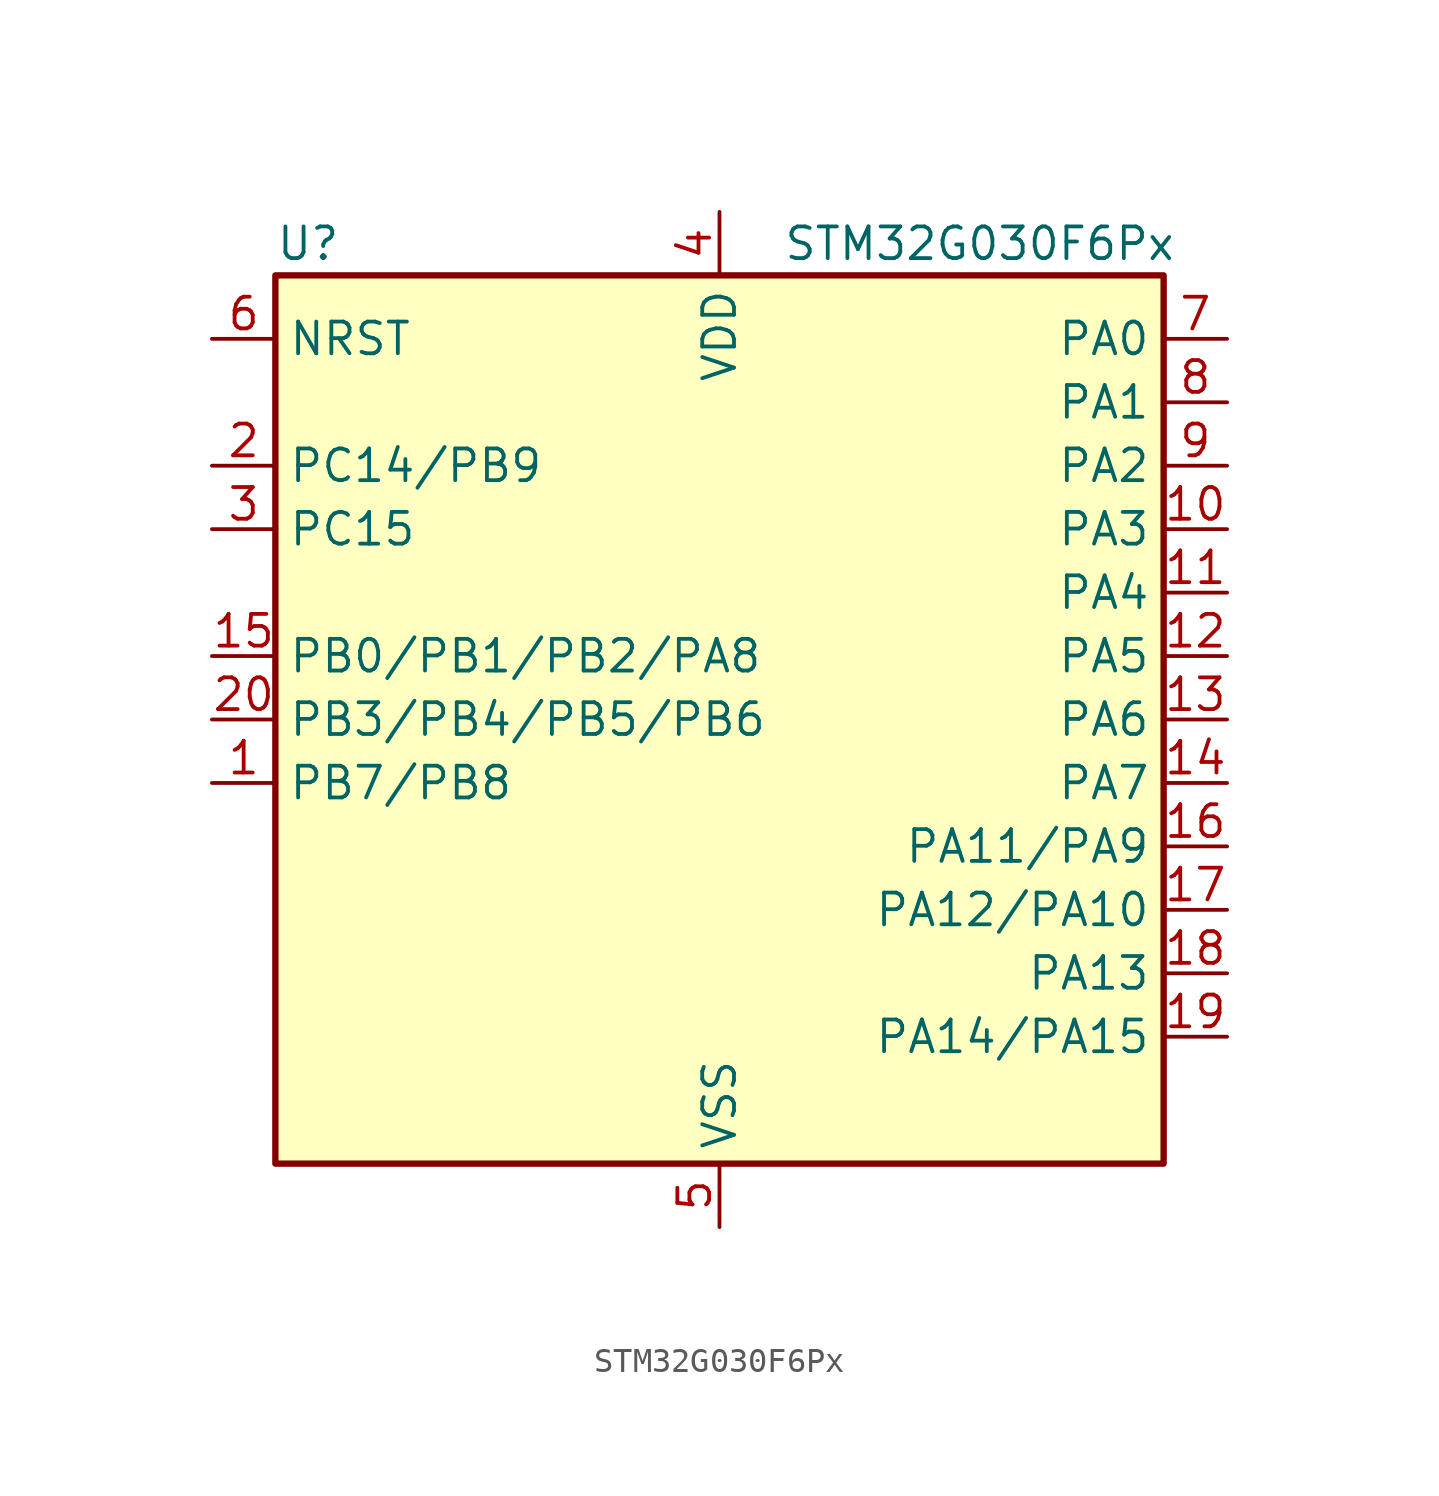
<source format=kicad_sym>
(kicad_symbol_lib
  (version 20220914)
  (generator kicad_symbol_editor)
  (symbol "STM32G030F6Px"
    (property "Reference" "U"
      (at -17.78 19.05 0)
      (effects (font (size 1.27 1.27)) (justify left)))
    (property "Value" "STM32G030F6Px"
      (at 2.54 19.05 0)
      (effects (font (size 1.27 1.27)) (justify left)))
    (property "ki_locked" ""
      (at 0 0 0)
      (effects (font (size 1.27 1.27))))
    (symbol "STM32G030F6Px_0_1"
      (rectangle (start -17.78 -17.78) (end 17.78 17.78) (stroke (width 0.254) (type default)) (fill (type background))))
    (symbol "STM32G030F6Px_1_1"
      (pin bidirectional line (at -20.32 -2.54 0) (length 2.54) (name "PB7/PB8" (effects (font (size 1.27 1.27)))) (number "1" (effects (font (size 1.27 1.27)))) (alternate "ADC1_IN11" bidirectional line) (alternate "I2C1_SDA" bidirectional line) (alternate "SPI2_MOSI" bidirectional line) (alternate "SYS_PVD_IN" bidirectional line) (alternate "TIM17_CH1N" bidirectional line) (alternate "USART1_RX" bidirectional line))
      (pin bidirectional line (at 20.32 7.62 180) (length 2.54) (name "PA3" (effects (font (size 1.27 1.27)))) (number "10" (effects (font (size 1.27 1.27)))) (alternate "ADC1_IN3" bidirectional line) (alternate "SPI2_MISO" bidirectional line) (alternate "USART2_RX" bidirectional line))
      (pin bidirectional line (at 20.32 5.08 180) (length 2.54) (name "PA4" (effects (font (size 1.27 1.27)))) (number "11" (effects (font (size 1.27 1.27)))) (alternate "ADC1_IN4" bidirectional line) (alternate "I2S1_WS" bidirectional line) (alternate "RTC_OUT_ALARM" bidirectional line) (alternate "RTC_OUT_CALIB" bidirectional line) (alternate "RTC_TAMP_IN1" bidirectional line) (alternate "RTC_TS" bidirectional line) (alternate "SPI1_NSS" bidirectional line) (alternate "SPI2_MOSI" bidirectional line) (alternate "SYS_WKUP2" bidirectional line) (alternate "TIM14_CH1" bidirectional line))
      (pin bidirectional line (at 20.32 2.54 180) (length 2.54) (name "PA5" (effects (font (size 1.27 1.27)))) (number "12" (effects (font (size 1.27 1.27)))) (alternate "ADC1_IN5" bidirectional line) (alternate "I2S1_CK" bidirectional line) (alternate "SPI1_SCK" bidirectional line))
      (pin bidirectional line (at 20.32 0 180) (length 2.54) (name "PA6" (effects (font (size 1.27 1.27)))) (number "13" (effects (font (size 1.27 1.27)))) (alternate "ADC1_IN6" bidirectional line) (alternate "I2S1_MCK" bidirectional line) (alternate "SPI1_MISO" bidirectional line) (alternate "TIM16_CH1" bidirectional line) (alternate "TIM1_BK" bidirectional line) (alternate "TIM3_CH1" bidirectional line))
      (pin bidirectional line (at 20.32 -2.54 180) (length 2.54) (name "PA7" (effects (font (size 1.27 1.27)))) (number "14" (effects (font (size 1.27 1.27)))) (alternate "ADC1_IN7" bidirectional line) (alternate "I2S1_SD" bidirectional line) (alternate "SPI1_MOSI" bidirectional line) (alternate "TIM14_CH1" bidirectional line) (alternate "TIM17_CH1" bidirectional line) (alternate "TIM1_CH1N" bidirectional line) (alternate "TIM3_CH2" bidirectional line))
      (pin bidirectional line (at -20.32 2.54 0) (length 2.54) (name "PB0/PB1/PB2/PA8" (effects (font (size 1.27 1.27)))) (number "15" (effects (font (size 1.27 1.27)))) (alternate "ADC1_IN8" bidirectional line) (alternate "I2S1_WS" bidirectional line) (alternate "SPI1_NSS" bidirectional line) (alternate "TIM1_CH2N" bidirectional line) (alternate "TIM3_CH3" bidirectional line))
      (pin bidirectional line (at 20.32 -5.08 180) (length 2.54) (name "PA11/PA9" (effects (font (size 1.27 1.27)))) (number "16" (effects (font (size 1.27 1.27)))) (alternate "ADC1_EXTI11" bidirectional line) (alternate "ADC1_IN15" bidirectional line) (alternate "I2C2_SCL" bidirectional line) (alternate "I2S1_MCK" bidirectional line) (alternate "SPI1_MISO" bidirectional line) (alternate "TIM1_BK2" bidirectional line) (alternate "TIM1_CH4" bidirectional line) (alternate "USART1_CTS" bidirectional line) (alternate "USART1_NSS" bidirectional line))
      (pin bidirectional line (at 20.32 -7.62 180) (length 2.54) (name "PA12/PA10" (effects (font (size 1.27 1.27)))) (number "17" (effects (font (size 1.27 1.27)))) (alternate "ADC1_IN16" bidirectional line) (alternate "I2C2_SDA" bidirectional line) (alternate "I2S1_SD" bidirectional line) (alternate "I2S_CKIN" bidirectional line) (alternate "SPI1_MOSI" bidirectional line) (alternate "TIM1_ETR" bidirectional line) (alternate "USART1_CK" bidirectional line) (alternate "USART1_DE" bidirectional line) (alternate "USART1_RTS" bidirectional line))
      (pin bidirectional line (at 20.32 -10.16 180) (length 2.54) (name "PA13" (effects (font (size 1.27 1.27)))) (number "18" (effects (font (size 1.27 1.27)))) (alternate "ADC1_IN17" bidirectional line) (alternate "IR_OUT" bidirectional line) (alternate "SYS_SWDIO" bidirectional line))
      (pin bidirectional line (at 20.32 -12.7 180) (length 2.54) (name "PA14/PA15" (effects (font (size 1.27 1.27)))) (number "19" (effects (font (size 1.27 1.27)))) (alternate "ADC1_IN18" bidirectional line) (alternate "SYS_SWCLK" bidirectional line) (alternate "USART2_TX" bidirectional line))
      (pin bidirectional line (at -20.32 10.16 0) (length 2.54) (name "PC14/PB9" (effects (font (size 1.27 1.27)))) (number "2" (effects (font (size 1.27 1.27)))) (alternate "RCC_OSC32_IN" bidirectional line) (alternate "RCC_OSC_IN" bidirectional line) (alternate "TIM1_BK2" bidirectional line))
      (pin bidirectional line (at -20.32 0 0) (length 2.54) (name "PB3/PB4/PB5/PB6" (effects (font (size 1.27 1.27)))) (number "20" (effects (font (size 1.27 1.27)))) (alternate "I2S1_CK" bidirectional line) (alternate "SPI1_SCK" bidirectional line) (alternate "TIM1_CH2" bidirectional line) (alternate "USART1_CK" bidirectional line) (alternate "USART1_DE" bidirectional line) (alternate "USART1_RTS" bidirectional line))
      (pin bidirectional line (at -20.32 7.62 0) (length 2.54) (name "PC15" (effects (font (size 1.27 1.27)))) (number "3" (effects (font (size 1.27 1.27)))) (alternate "RCC_OSC32_EN" bidirectional line) (alternate "RCC_OSC32_OUT" bidirectional line) (alternate "RCC_OSC_EN" bidirectional line))
      (pin power_in line (at 0 20.32 270) (length 2.54) (name "VDD" (effects (font (size 1.27 1.27)))) (number "4" (effects (font (size 1.27 1.27)))))
      (pin power_in line (at 0 -20.32 90) (length 2.54) (name "VSS" (effects (font (size 1.27 1.27)))) (number "5" (effects (font (size 1.27 1.27)))))
      (pin input line (at -20.32 15.24 0) (length 2.54) (name "NRST" (effects (font (size 1.27 1.27)))) (number "6" (effects (font (size 1.27 1.27)))))
      (pin bidirectional line (at 20.32 15.24 180) (length 2.54) (name "PA0" (effects (font (size 1.27 1.27)))) (number "7" (effects (font (size 1.27 1.27)))) (alternate "ADC1_IN0" bidirectional line) (alternate "RTC_TAMP_IN2" bidirectional line) (alternate "SPI2_SCK" bidirectional line) (alternate "SYS_WKUP1" bidirectional line) (alternate "USART2_CTS" bidirectional line) (alternate "USART2_NSS" bidirectional line))
      (pin bidirectional line (at 20.32 12.7 180) (length 2.54) (name "PA1" (effects (font (size 1.27 1.27)))) (number "8" (effects (font (size 1.27 1.27)))) (alternate "ADC1_IN1" bidirectional line) (alternate "I2C1_SMBA" bidirectional line) (alternate "I2S1_CK" bidirectional line) (alternate "SPI1_SCK" bidirectional line) (alternate "USART2_CK" bidirectional line) (alternate "USART2_DE" bidirectional line) (alternate "USART2_RTS" bidirectional line))
      (pin bidirectional line (at 20.32 10.16 180) (length 2.54) (name "PA2" (effects (font (size 1.27 1.27)))) (number "9" (effects (font (size 1.27 1.27)))) (alternate "ADC1_IN2" bidirectional line) (alternate "I2S1_SD" bidirectional line) (alternate "RCC_LSCO" bidirectional line) (alternate "SPI1_MOSI" bidirectional line) (alternate "SYS_WKUP4" bidirectional line) (alternate "USART2_TX" bidirectional line)))))
</source>
